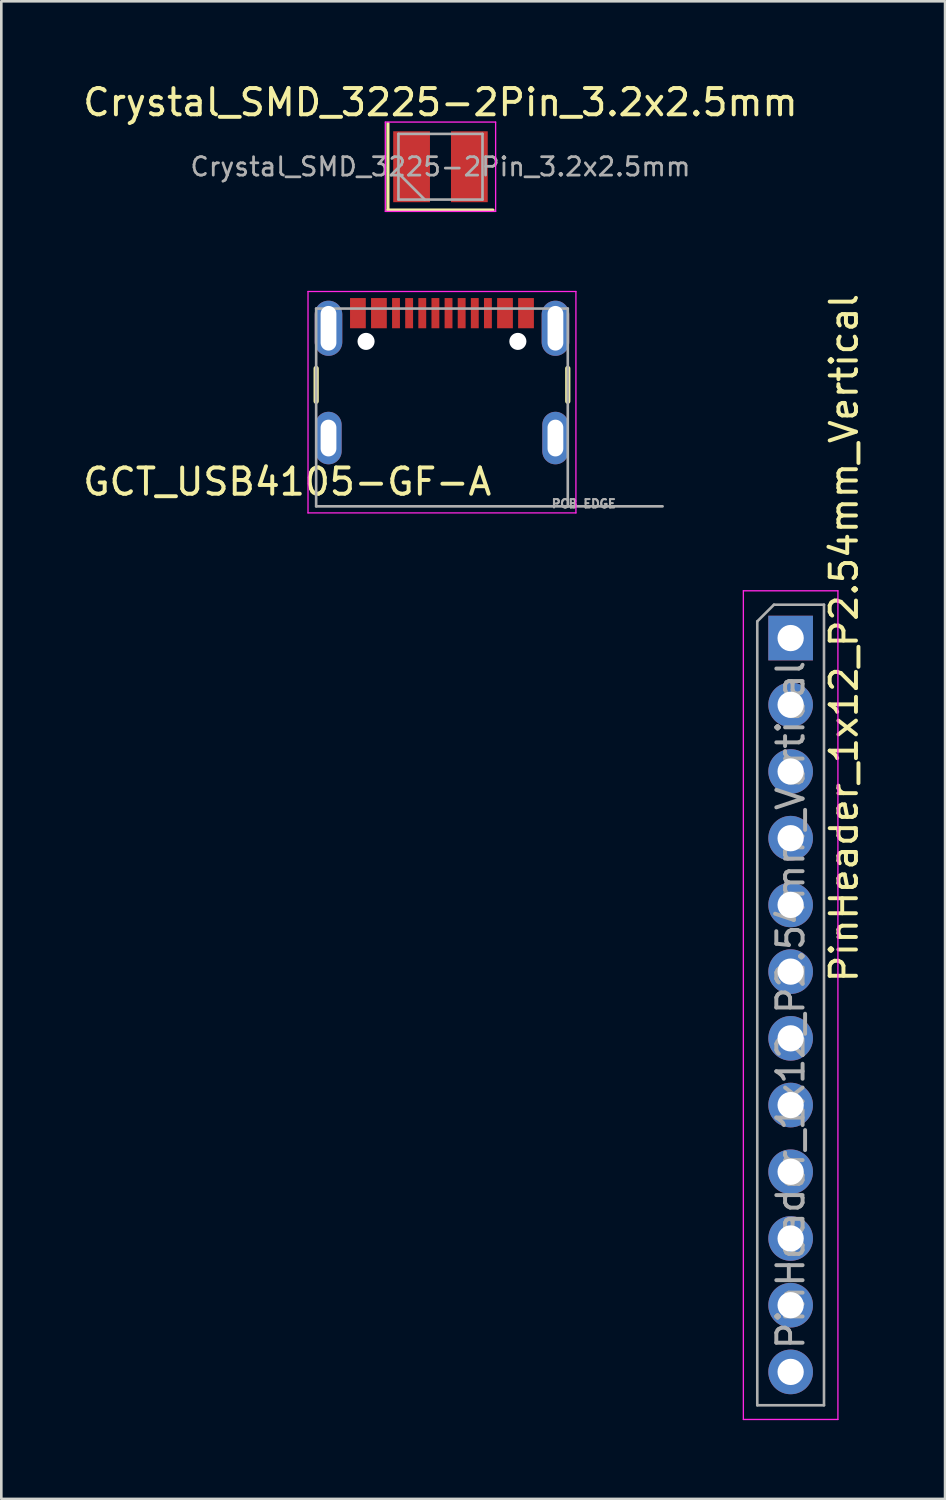
<source format=kicad_pcb>
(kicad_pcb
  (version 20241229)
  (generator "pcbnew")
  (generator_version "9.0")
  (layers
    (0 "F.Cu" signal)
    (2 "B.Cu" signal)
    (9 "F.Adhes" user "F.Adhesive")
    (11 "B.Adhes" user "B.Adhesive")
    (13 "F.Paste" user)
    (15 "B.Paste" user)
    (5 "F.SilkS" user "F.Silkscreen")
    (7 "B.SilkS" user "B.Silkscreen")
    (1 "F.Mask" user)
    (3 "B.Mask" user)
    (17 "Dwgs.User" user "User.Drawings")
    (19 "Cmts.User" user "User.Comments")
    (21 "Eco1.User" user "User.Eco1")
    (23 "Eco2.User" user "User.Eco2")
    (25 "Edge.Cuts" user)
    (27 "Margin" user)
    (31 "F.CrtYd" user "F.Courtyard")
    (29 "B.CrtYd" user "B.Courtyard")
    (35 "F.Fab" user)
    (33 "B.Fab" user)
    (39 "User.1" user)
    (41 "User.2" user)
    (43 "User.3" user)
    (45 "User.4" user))
  (footprint "PinHeader_1x12_P2.54mm_Vertical"
    (layer "F.Cu")
    (at 27.052 21.243)
    (property "Reference" "PinHeader_1x12_P2.54mm_Vertical" (at 2.032 0 90) (layer "F.SilkS") (effects (font (size 1 1) (thickness 0.15))))
    (attr through_hole)
    (fp_line (start -1.8 -1.8) (end -1.8 29.75) (stroke (width 0.05) (type solid)) (layer "F.CrtYd"))
    (fp_line (start -1.8 29.75) (end 1.8 29.75) (stroke (width 0.05) (type solid)) (layer "F.CrtYd"))
    (fp_line (start 1.8 -1.8) (end -1.8 -1.8) (stroke (width 0.05) (type solid)) (layer "F.CrtYd"))
    (fp_line (start 1.8 29.75) (end 1.8 -1.8) (stroke (width 0.05) (type solid)) (layer "F.CrtYd"))
    (fp_line (start -1.27 -0.635) (end -0.635 -1.27) (stroke (width 0.1) (type solid)) (layer "F.Fab"))
    (fp_line (start -1.27 29.21) (end -1.27 -0.635) (stroke (width 0.1) (type solid)) (layer "F.Fab"))
    (fp_line (start -0.635 -1.27) (end 1.27 -1.27) (stroke (width 0.1) (type solid)) (layer "F.Fab"))
    (fp_line (start 1.27 -1.27) (end 1.27 29.21) (stroke (width 0.1) (type solid)) (layer "F.Fab"))
    (fp_line (start 1.27 29.21) (end -1.27 29.21) (stroke (width 0.1) (type solid)) (layer "F.Fab"))
    (fp_text user "${REFERENCE}" (at 0 13.97 90) (layer "F.Fab") (effects (font (size 1 1) (thickness 0.15))))
    (pad "1" thru_hole rect (at 0 0) (size 1.7 1.7) (drill 1) (layers "*.Cu" "*.Mask"))
    (pad "2" thru_hole oval (at 0 2.54) (size 1.7 1.7) (drill 1) (layers "*.Cu" "*.Mask"))
    (pad "3" thru_hole oval (at 0 5.08) (size 1.7 1.7) (drill 1) (layers "*.Cu" "*.Mask"))
    (pad "4" thru_hole oval (at 0 7.62) (size 1.7 1.7) (drill 1) (layers "*.Cu" "*.Mask"))
    (pad "5" thru_hole oval (at 0 10.16) (size 1.7 1.7) (drill 1) (layers "*.Cu" "*.Mask"))
    (pad "6" thru_hole oval (at 0 12.7) (size 1.7 1.7) (drill 1) (layers "*.Cu" "*.Mask"))
    (pad "7" thru_hole oval (at 0 15.24) (size 1.7 1.7) (drill 1) (layers "*.Cu" "*.Mask"))
    (pad "8" thru_hole oval (at 0 17.78) (size 1.7 1.7) (drill 1) (layers "*.Cu" "*.Mask"))
    (pad "9" thru_hole oval (at 0 20.32) (size 1.7 1.7) (drill 1) (layers "*.Cu" "*.Mask"))
    (pad "10" thru_hole oval (at 0 22.86) (size 1.7 1.7) (drill 1) (layers "*.Cu" "*.Mask"))
    (pad "11" thru_hole oval (at 0 25.4) (size 1.7 1.7) (drill 1) (layers "*.Cu" "*.Mask"))
    (pad "12" thru_hole oval (at 0 27.94) (size 1.7 1.7) (drill 1) (layers "*.Cu" "*.Mask")))
  (footprint "GCT_USB4105-GF-A"
    (layer "F.Cu")
    (at 13.777 13.628)
    (property "Reference" "GCT_USB4105-GF-A" (at -5.89 1.665 180) (layer "F.SilkS") (effects (font (size 1 1) (thickness 0.15))))
    (attr smd)
    (fp_line (start -4.79 -2.65) (end -4.79 -1.4) (stroke (width 0.2) (type solid)) (layer "F.SilkS"))
    (fp_line (start 4.79 -2.65) (end 4.79 -1.4) (stroke (width 0.2) (type solid)) (layer "F.SilkS"))
    (fp_line (start -5.1 -5.58) (end -5.1 2.85) (stroke (width 0.05) (type solid)) (layer "F.CrtYd"))
    (fp_line (start -5.1 2.85) (end 5.1 2.85) (stroke (width 0.05) (type solid)) (layer "F.CrtYd"))
    (fp_line (start 5.1 -5.58) (end -5.1 -5.58) (stroke (width 0.05) (type solid)) (layer "F.CrtYd"))
    (fp_line (start 5.1 2.85) (end 5.1 -5.58) (stroke (width 0.05) (type solid)) (layer "F.CrtYd"))
    (fp_line (start -4.79 -4.93) (end 4.79 -4.93) (stroke (width 0.1) (type solid)) (layer "F.Fab"))
    (fp_line (start -4.79 2.6) (end -4.79 -4.93) (stroke (width 0.1) (type solid)) (layer "F.Fab"))
    (fp_line (start 4.79 -4.93) (end 4.79 2.6) (stroke (width 0.1) (type solid)) (layer "F.Fab"))
    (fp_line (start 4.79 2.6) (end -4.79 2.6) (stroke (width 0.1) (type solid)) (layer "F.Fab"))
    (fp_line (start 4.8 2.6) (end 8.4 2.6) (stroke (width 0.1) (type solid)) (layer "F.Fab"))
    (fp_text user "PCB EDGE" (at 5.4 2.5 180) (layer "F.Fab") (effects (font (size 0.32 0.32) (thickness 0.08))))
    (pad "" np_thru_hole circle (at -2.89 -3.68) (size 0.65 0.65) (drill 0.65) (layers "*.Cu" "*.Mask"))
    (pad "" np_thru_hole circle (at 2.89 -3.68) (size 0.65 0.65) (drill 0.65) (layers "*.Cu" "*.Mask"))
    (pad "A1_B12" smd rect (at -3.2 -4.755) (size 0.6 1.15) (layers "F.Cu" "F.Mask" "F.Paste"))
    (pad "A4_B9" smd rect (at -2.4 -4.755) (size 0.6 1.15) (layers "F.Cu" "F.Mask" "F.Paste"))
    (pad "A5" smd rect (at -1.25 -4.755) (size 0.3 1.15) (layers "F.Cu" "F.Mask" "F.Paste"))
    (pad "A6" smd rect (at -0.25 -4.755) (size 0.3 1.15) (layers "F.Cu" "F.Mask" "F.Paste"))
    (pad "A7" smd rect (at 0.25 -4.755) (size 0.3 1.15) (layers "F.Cu" "F.Mask" "F.Paste"))
    (pad "A8" smd rect (at 1.25 -4.755) (size 0.3 1.15) (layers "F.Cu" "F.Mask" "F.Paste"))
    (pad "B1_A12" smd rect (at 3.2 -4.755) (size 0.6 1.15) (layers "F.Cu" "F.Mask" "F.Paste"))
    (pad "B4_A9" smd rect (at 2.4 -4.755) (size 0.6 1.15) (layers "F.Cu" "F.Mask" "F.Paste"))
    (pad "B5" smd rect (at 1.75 -4.755) (size 0.3 1.15) (layers "F.Cu" "F.Mask" "F.Paste"))
    (pad "B6" smd rect (at 0.75 -4.755) (size 0.3 1.15) (layers "F.Cu" "F.Mask" "F.Paste"))
    (pad "B7" smd rect (at -0.75 -4.755) (size 0.3 1.15) (layers "F.Cu" "F.Mask" "F.Paste"))
    (pad "B8" smd rect (at -1.75 -4.755) (size 0.3 1.15) (layers "F.Cu" "F.Mask" "F.Paste"))
    (pad "S1" thru_hole oval (at -4.32 -4.18) (size 1.05 2.1) (drill oval 0.6 1.7) (layers "*.Cu" "*.Mask"))
    (pad "S2" thru_hole oval (at -4.32 0) (size 1 2) (drill oval 0.6 1.4) (layers "*.Cu" "*.Mask"))
    (pad "S3" thru_hole oval (at 4.32 0) (size 1 2) (drill oval 0.6 1.4) (layers "*.Cu" "*.Mask"))
    (pad "S4" thru_hole oval (at 4.32 -4.18) (size 1.05 2.1) (drill oval 0.6 1.7) (layers "*.Cu" "*.Mask")))
  (footprint "Crystal_SMD_3225-2Pin_3.2x2.5mm"
    (layer "F.Cu")
    (at 13.72 3.298)
    (property "Reference" "Crystal_SMD_3225-2Pin_3.2x2.5mm" (at 0 -2.45 180) (layer "F.SilkS") (effects (font (size 1 1) (thickness 0.15))))
    (attr smd)
    (fp_line (start -2 -1.65) (end -2 1.65) (stroke (width 0.12) (type solid)) (layer "F.SilkS"))
    (fp_line (start -2 1.65) (end 2 1.65) (stroke (width 0.12) (type solid)) (layer "F.SilkS"))
    (fp_line (start -2.1 -1.7) (end -2.1 1.7) (stroke (width 0.05) (type solid)) (layer "F.CrtYd"))
    (fp_line (start -2.1 1.7) (end 2.1 1.7) (stroke (width 0.05) (type solid)) (layer "F.CrtYd"))
    (fp_line (start 2.1 -1.7) (end -2.1 -1.7) (stroke (width 0.05) (type solid)) (layer "F.CrtYd"))
    (fp_line (start 2.1 1.7) (end 2.1 -1.7) (stroke (width 0.05) (type solid)) (layer "F.CrtYd"))
    (fp_line (start -1.6 -1.25) (end -1.6 1.25) (stroke (width 0.1) (type solid)) (layer "F.Fab"))
    (fp_line (start -1.6 0.25) (end -0.6 1.25) (stroke (width 0.1) (type solid)) (layer "F.Fab"))
    (fp_line (start -1.6 1.25) (end 1.6 1.25) (stroke (width 0.1) (type solid)) (layer "F.Fab"))
    (fp_line (start 1.6 -1.25) (end -1.6 -1.25) (stroke (width 0.1) (type solid)) (layer "F.Fab"))
    (fp_line (start 1.6 1.25) (end 1.6 -1.25) (stroke (width 0.1) (type solid)) (layer "F.Fab"))
    (fp_text user "${REFERENCE}" (at 0 0 180) (layer "F.Fab") (effects (font (size 0.7 0.7) (thickness 0.105))))
    (pad "1" smd rect (at -1.1 0) (size 1.4 2.7) (layers "F.Cu" "F.Mask" "F.Paste"))
    (pad "2" smd rect (at 1.1 0) (size 1.4 2.7) (layers "F.Cu" "F.Mask" "F.Paste")))
  (gr_rect
    (start -3 -3)
    (end 32.932 54.018)
    (stroke (width 0.1) (type default))
    (fill no)
    (layer "Edge.Cuts")))
</source>
